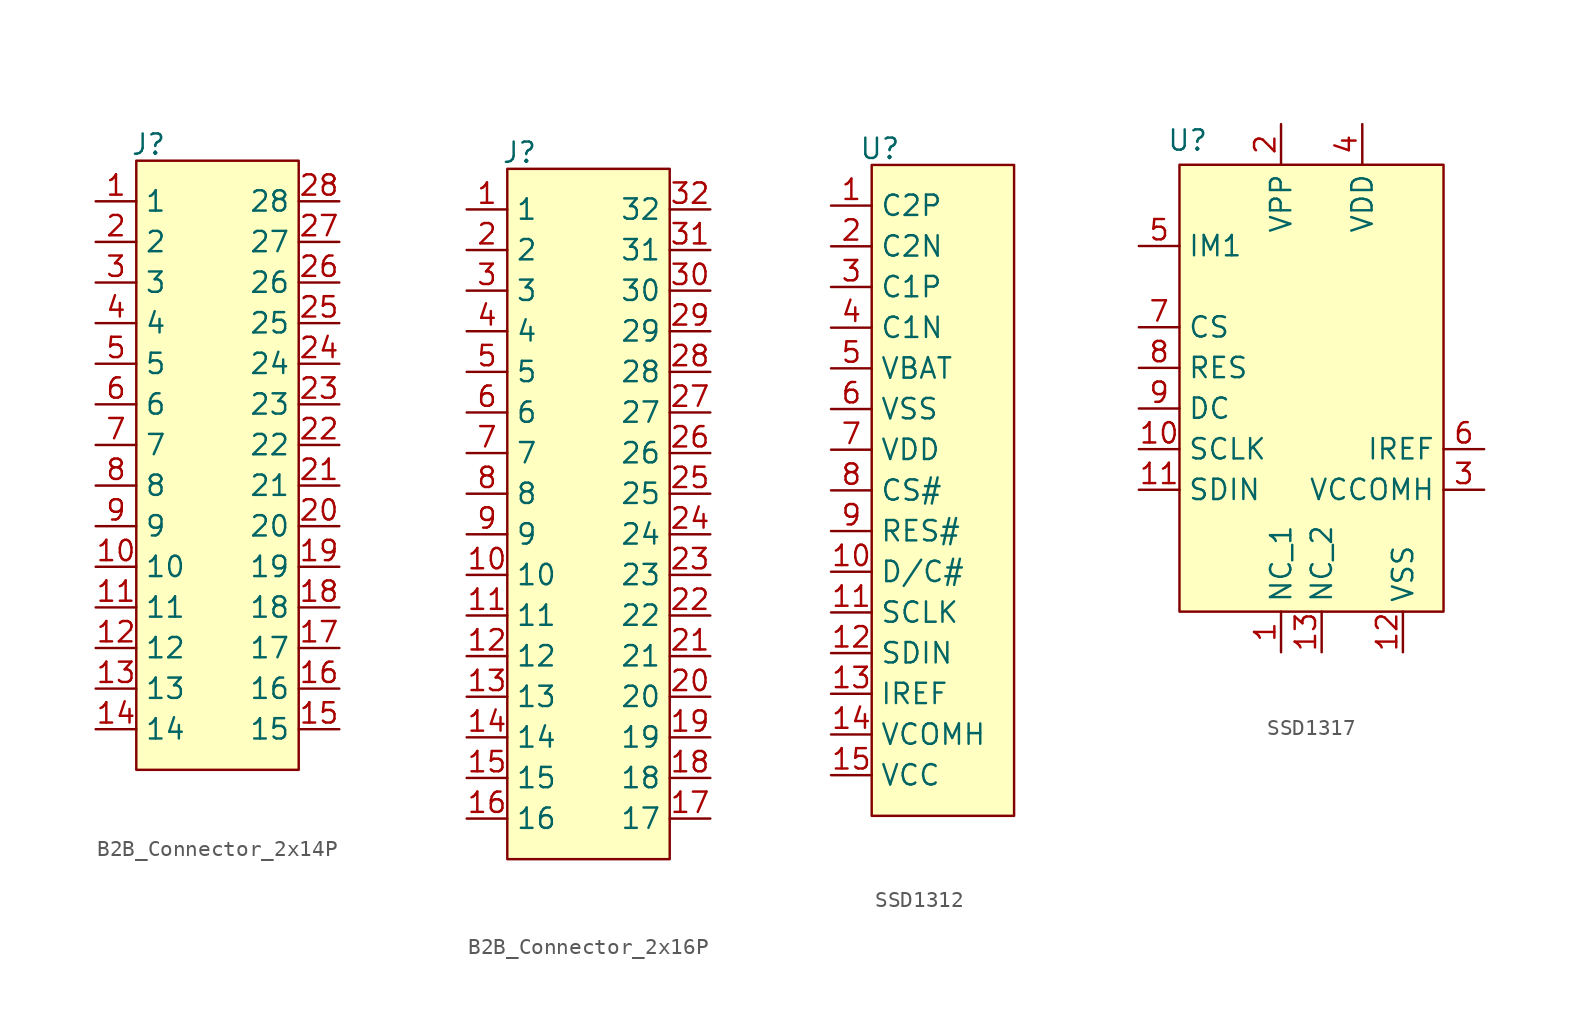
<source format=kicad_sym>
(kicad_symbol_lib
  (version 20231120)
  (generator "kicad_symbol_editor")
  (generator_version "8.0")
  (symbol "B2B_Connector_2x14P"
    (property "Reference" "J"
      (at 0.762 1.016 0)
      (effects (font (size 1.27 1.27))))
    (property "Value" ""
      (at 0 0 0)
      (effects (font (size 1.27 1.27))))
    (symbol "B2B_Connector_2x14P_0_1"
      (rectangle (start 0 0) (end 10.16 -38.1) (stroke (width 0) (type default)) (fill (type background))))
    (symbol "B2B_Connector_2x14P_1_1"
      (pin passive line (at -2.54 -2.54 0) (length 2.54) (name "1" (effects (font (size 1.27 1.27)))) (number "1" (effects (font (size 1.27 1.27)))))
      (pin passive line (at -2.54 -25.4 0) (length 2.54) (name "10" (effects (font (size 1.27 1.27)))) (number "10" (effects (font (size 1.27 1.27)))))
      (pin passive line (at -2.54 -27.94 0) (length 2.54) (name "11" (effects (font (size 1.27 1.27)))) (number "11" (effects (font (size 1.27 1.27)))))
      (pin passive line (at -2.54 -30.48 0) (length 2.54) (name "12" (effects (font (size 1.27 1.27)))) (number "12" (effects (font (size 1.27 1.27)))))
      (pin passive line (at -2.54 -33.02 0) (length 2.54) (name "13" (effects (font (size 1.27 1.27)))) (number "13" (effects (font (size 1.27 1.27)))))
      (pin passive line (at -2.54 -35.56 0) (length 2.54) (name "14" (effects (font (size 1.27 1.27)))) (number "14" (effects (font (size 1.27 1.27)))))
      (pin passive line (at 12.7 -35.56 180) (length 2.54) (name "15" (effects (font (size 1.27 1.27)))) (number "15" (effects (font (size 1.27 1.27)))))
      (pin passive line (at 12.7 -33.02 180) (length 2.54) (name "16" (effects (font (size 1.27 1.27)))) (number "16" (effects (font (size 1.27 1.27)))))
      (pin passive line (at 12.7 -30.48 180) (length 2.54) (name "17" (effects (font (size 1.27 1.27)))) (number "17" (effects (font (size 1.27 1.27)))))
      (pin passive line (at 12.7 -27.94 180) (length 2.54) (name "18" (effects (font (size 1.27 1.27)))) (number "18" (effects (font (size 1.27 1.27)))))
      (pin passive line (at 12.7 -25.4 180) (length 2.54) (name "19" (effects (font (size 1.27 1.27)))) (number "19" (effects (font (size 1.27 1.27)))))
      (pin passive line (at -2.54 -5.08 0) (length 2.54) (name "2" (effects (font (size 1.27 1.27)))) (number "2" (effects (font (size 1.27 1.27)))))
      (pin passive line (at 12.7 -22.86 180) (length 2.54) (name "20" (effects (font (size 1.27 1.27)))) (number "20" (effects (font (size 1.27 1.27)))))
      (pin passive line (at 12.7 -20.32 180) (length 2.54) (name "21" (effects (font (size 1.27 1.27)))) (number "21" (effects (font (size 1.27 1.27)))))
      (pin passive line (at 12.7 -17.78 180) (length 2.54) (name "22" (effects (font (size 1.27 1.27)))) (number "22" (effects (font (size 1.27 1.27)))))
      (pin passive line (at 12.7 -15.24 180) (length 2.54) (name "23" (effects (font (size 1.27 1.27)))) (number "23" (effects (font (size 1.27 1.27)))))
      (pin passive line (at 12.7 -12.7 180) (length 2.54) (name "24" (effects (font (size 1.27 1.27)))) (number "24" (effects (font (size 1.27 1.27)))))
      (pin passive line (at 12.7 -10.16 180) (length 2.54) (name "25" (effects (font (size 1.27 1.27)))) (number "25" (effects (font (size 1.27 1.27)))))
      (pin passive line (at 12.7 -7.62 180) (length 2.54) (name "26" (effects (font (size 1.27 1.27)))) (number "26" (effects (font (size 1.27 1.27)))))
      (pin passive line (at 12.7 -5.08 180) (length 2.54) (name "27" (effects (font (size 1.27 1.27)))) (number "27" (effects (font (size 1.27 1.27)))))
      (pin passive line (at 12.7 -2.54 180) (length 2.54) (name "28" (effects (font (size 1.27 1.27)))) (number "28" (effects (font (size 1.27 1.27)))))
      (pin passive line (at -2.54 -7.62 0) (length 2.54) (name "3" (effects (font (size 1.27 1.27)))) (number "3" (effects (font (size 1.27 1.27)))))
      (pin passive line (at -2.54 -10.16 0) (length 2.54) (name "4" (effects (font (size 1.27 1.27)))) (number "4" (effects (font (size 1.27 1.27)))))
      (pin passive line (at -2.54 -12.7 0) (length 2.54) (name "5" (effects (font (size 1.27 1.27)))) (number "5" (effects (font (size 1.27 1.27)))))
      (pin passive line (at -2.54 -15.24 0) (length 2.54) (name "6" (effects (font (size 1.27 1.27)))) (number "6" (effects (font (size 1.27 1.27)))))
      (pin passive line (at -2.54 -17.78 0) (length 2.54) (name "7" (effects (font (size 1.27 1.27)))) (number "7" (effects (font (size 1.27 1.27)))))
      (pin passive line (at -2.54 -20.32 0) (length 2.54) (name "8" (effects (font (size 1.27 1.27)))) (number "8" (effects (font (size 1.27 1.27)))))
      (pin passive line (at -2.54 -22.86 0) (length 2.54) (name "9" (effects (font (size 1.27 1.27)))) (number "9" (effects (font (size 1.27 1.27)))))))
  (symbol "B2B_Connector_2x16P"
    (property "Reference" "J"
      (at 0.762 1.016 0)
      (effects (font (size 1.27 1.27))))
    (property "Value" ""
      (at 0 0 0)
      (effects (font (size 1.27 1.27))))
    (symbol "B2B_Connector_2x16P_0_1"
      (rectangle (start 0 0) (end 10.16 -43.18) (stroke (width 0) (type default)) (fill (type background))))
    (symbol "B2B_Connector_2x16P_1_1"
      (pin passive line (at -2.54 -2.54 0) (length 2.54) (name "1" (effects (font (size 1.27 1.27)))) (number "1" (effects (font (size 1.27 1.27)))))
      (pin passive line (at -2.54 -25.4 0) (length 2.54) (name "10" (effects (font (size 1.27 1.27)))) (number "10" (effects (font (size 1.27 1.27)))))
      (pin passive line (at -2.54 -27.94 0) (length 2.54) (name "11" (effects (font (size 1.27 1.27)))) (number "11" (effects (font (size 1.27 1.27)))))
      (pin passive line (at -2.54 -30.48 0) (length 2.54) (name "12" (effects (font (size 1.27 1.27)))) (number "12" (effects (font (size 1.27 1.27)))))
      (pin passive line (at -2.54 -33.02 0) (length 2.54) (name "13" (effects (font (size 1.27 1.27)))) (number "13" (effects (font (size 1.27 1.27)))))
      (pin passive line (at -2.54 -35.56 0) (length 2.54) (name "14" (effects (font (size 1.27 1.27)))) (number "14" (effects (font (size 1.27 1.27)))))
      (pin passive line (at -2.54 -38.1 0) (length 2.54) (name "15" (effects (font (size 1.27 1.27)))) (number "15" (effects (font (size 1.27 1.27)))))
      (pin passive line (at -2.54 -40.64 0) (length 2.54) (name "16" (effects (font (size 1.27 1.27)))) (number "16" (effects (font (size 1.27 1.27)))))
      (pin passive line (at 12.7 -40.64 180) (length 2.54) (name "17" (effects (font (size 1.27 1.27)))) (number "17" (effects (font (size 1.27 1.27)))))
      (pin passive line (at 12.7 -38.1 180) (length 2.54) (name "18" (effects (font (size 1.27 1.27)))) (number "18" (effects (font (size 1.27 1.27)))))
      (pin passive line (at 12.7 -35.56 180) (length 2.54) (name "19" (effects (font (size 1.27 1.27)))) (number "19" (effects (font (size 1.27 1.27)))))
      (pin passive line (at -2.54 -5.08 0) (length 2.54) (name "2" (effects (font (size 1.27 1.27)))) (number "2" (effects (font (size 1.27 1.27)))))
      (pin passive line (at 12.7 -33.02 180) (length 2.54) (name "20" (effects (font (size 1.27 1.27)))) (number "20" (effects (font (size 1.27 1.27)))))
      (pin passive line (at 12.7 -30.48 180) (length 2.54) (name "21" (effects (font (size 1.27 1.27)))) (number "21" (effects (font (size 1.27 1.27)))))
      (pin passive line (at 12.7 -27.94 180) (length 2.54) (name "22" (effects (font (size 1.27 1.27)))) (number "22" (effects (font (size 1.27 1.27)))))
      (pin passive line (at 12.7 -25.4 180) (length 2.54) (name "23" (effects (font (size 1.27 1.27)))) (number "23" (effects (font (size 1.27 1.27)))))
      (pin passive line (at 12.7 -22.86 180) (length 2.54) (name "24" (effects (font (size 1.27 1.27)))) (number "24" (effects (font (size 1.27 1.27)))))
      (pin passive line (at 12.7 -20.32 180) (length 2.54) (name "25" (effects (font (size 1.27 1.27)))) (number "25" (effects (font (size 1.27 1.27)))))
      (pin passive line (at 12.7 -17.78 180) (length 2.54) (name "26" (effects (font (size 1.27 1.27)))) (number "26" (effects (font (size 1.27 1.27)))))
      (pin passive line (at 12.7 -15.24 180) (length 2.54) (name "27" (effects (font (size 1.27 1.27)))) (number "27" (effects (font (size 1.27 1.27)))))
      (pin passive line (at 12.7 -12.7 180) (length 2.54) (name "28" (effects (font (size 1.27 1.27)))) (number "28" (effects (font (size 1.27 1.27)))))
      (pin passive line (at 12.7 -10.16 180) (length 2.54) (name "29" (effects (font (size 1.27 1.27)))) (number "29" (effects (font (size 1.27 1.27)))))
      (pin passive line (at -2.54 -7.62 0) (length 2.54) (name "3" (effects (font (size 1.27 1.27)))) (number "3" (effects (font (size 1.27 1.27)))))
      (pin passive line (at 12.7 -7.62 180) (length 2.54) (name "30" (effects (font (size 1.27 1.27)))) (number "30" (effects (font (size 1.27 1.27)))))
      (pin passive line (at 12.7 -5.08 180) (length 2.54) (name "31" (effects (font (size 1.27 1.27)))) (number "31" (effects (font (size 1.27 1.27)))))
      (pin passive line (at 12.7 -2.54 180) (length 2.54) (name "32" (effects (font (size 1.27 1.27)))) (number "32" (effects (font (size 1.27 1.27)))))
      (pin passive line (at -2.54 -10.16 0) (length 2.54) (name "4" (effects (font (size 1.27 1.27)))) (number "4" (effects (font (size 1.27 1.27)))))
      (pin passive line (at -2.54 -12.7 0) (length 2.54) (name "5" (effects (font (size 1.27 1.27)))) (number "5" (effects (font (size 1.27 1.27)))))
      (pin passive line (at -2.54 -15.24 0) (length 2.54) (name "6" (effects (font (size 1.27 1.27)))) (number "6" (effects (font (size 1.27 1.27)))))
      (pin passive line (at -2.54 -17.78 0) (length 2.54) (name "7" (effects (font (size 1.27 1.27)))) (number "7" (effects (font (size 1.27 1.27)))))
      (pin passive line (at -2.54 -20.32 0) (length 2.54) (name "8" (effects (font (size 1.27 1.27)))) (number "8" (effects (font (size 1.27 1.27)))))
      (pin passive line (at -2.54 -22.86 0) (length 2.54) (name "9" (effects (font (size 1.27 1.27)))) (number "9" (effects (font (size 1.27 1.27)))))))
  (symbol "SSD1312"
    (property "Reference" "U"
      (at 0.508 1.016 0)
      (effects (font (size 1.27 1.27))))
    (property "Value" ""
      (at 0 0 0)
      (effects (font (size 1.27 1.27))))
    (symbol "SSD1312_0_1"
      (rectangle (start 0 0) (end 8.89 -40.64) (stroke (width 0) (type default)) (fill (type background))))
    (symbol "SSD1312_1_1"
      (pin unspecified line (at -2.54 -2.54 0) (length 2.54) (name "C2P" (effects (font (size 1.27 1.27)))) (number "1" (effects (font (size 1.27 1.27)))))
      (pin unspecified line (at -2.54 -25.4 0) (length 2.54) (name "D/C#" (effects (font (size 1.27 1.27)))) (number "10" (effects (font (size 1.27 1.27)))))
      (pin unspecified line (at -2.54 -27.94 0) (length 2.54) (name "SCLK" (effects (font (size 1.27 1.27)))) (number "11" (effects (font (size 1.27 1.27)))))
      (pin unspecified line (at -2.54 -30.48 0) (length 2.54) (name "SDIN" (effects (font (size 1.27 1.27)))) (number "12" (effects (font (size 1.27 1.27)))))
      (pin unspecified line (at -2.54 -33.02 0) (length 2.54) (name "IREF" (effects (font (size 1.27 1.27)))) (number "13" (effects (font (size 1.27 1.27)))))
      (pin unspecified line (at -2.54 -35.56 0) (length 2.54) (name "VCOMH" (effects (font (size 1.27 1.27)))) (number "14" (effects (font (size 1.27 1.27)))))
      (pin unspecified line (at -2.54 -38.1 0) (length 2.54) (name "VCC" (effects (font (size 1.27 1.27)))) (number "15" (effects (font (size 1.27 1.27)))))
      (pin unspecified line (at -2.54 -5.08 0) (length 2.54) (name "C2N" (effects (font (size 1.27 1.27)))) (number "2" (effects (font (size 1.27 1.27)))))
      (pin unspecified line (at -2.54 -7.62 0) (length 2.54) (name "C1P" (effects (font (size 1.27 1.27)))) (number "3" (effects (font (size 1.27 1.27)))))
      (pin unspecified line (at -2.54 -10.16 0) (length 2.54) (name "C1N" (effects (font (size 1.27 1.27)))) (number "4" (effects (font (size 1.27 1.27)))))
      (pin unspecified line (at -2.54 -12.7 0) (length 2.54) (name "VBAT" (effects (font (size 1.27 1.27)))) (number "5" (effects (font (size 1.27 1.27)))))
      (pin unspecified line (at -2.54 -15.24 0) (length 2.54) (name "VSS" (effects (font (size 1.27 1.27)))) (number "6" (effects (font (size 1.27 1.27)))))
      (pin unspecified line (at -2.54 -17.78 0) (length 2.54) (name "VDD" (effects (font (size 1.27 1.27)))) (number "7" (effects (font (size 1.27 1.27)))))
      (pin unspecified line (at -2.54 -20.32 0) (length 2.54) (name "CS#" (effects (font (size 1.27 1.27)))) (number "8" (effects (font (size 1.27 1.27)))))
      (pin unspecified line (at -2.54 -22.86 0) (length 2.54) (name "RES#" (effects (font (size 1.27 1.27)))) (number "9" (effects (font (size 1.27 1.27)))))))
  (symbol "SSD1317"
    (property "Reference" "U"
      (at 0.508 1.524 0)
      (effects (font (size 1.27 1.27))))
    (property "Value" ""
      (at 3.81 0 0)
      (effects (font (size 1.27 1.27))))
    (symbol "SSD1317_0_1"
      (rectangle (start 0 0) (end 16.51 -27.94) (stroke (width 0) (type default)) (fill (type background))))
    (symbol "SSD1317_1_1"
      (pin unspecified line (at 6.35 -30.48 90) (length 2.54) (name "NC_1" (effects (font (size 1.27 1.27)))) (number "1" (effects (font (size 1.27 1.27)))))
      (pin unspecified line (at -2.54 -17.78 0) (length 2.54) (name "SCLK" (effects (font (size 1.27 1.27)))) (number "10" (effects (font (size 1.27 1.27)))))
      (pin unspecified line (at -2.54 -20.32 0) (length 2.54) (name "SDIN" (effects (font (size 1.27 1.27)))) (number "11" (effects (font (size 1.27 1.27)))))
      (pin unspecified line (at 13.97 -30.48 90) (length 2.54) (name "VSS" (effects (font (size 1.27 1.27)))) (number "12" (effects (font (size 1.27 1.27)))))
      (pin unspecified line (at 8.89 -30.48 90) (length 2.54) (name "NC_2" (effects (font (size 1.27 1.27)))) (number "13" (effects (font (size 1.27 1.27)))))
      (pin unspecified line (at 6.35 2.54 270) (length 2.54) (name "VPP" (effects (font (size 1.27 1.27)))) (number "2" (effects (font (size 1.27 1.27)))))
      (pin unspecified line (at 19.05 -20.32 180) (length 2.54) (name "VCCOMH" (effects (font (size 1.27 1.27)))) (number "3" (effects (font (size 1.27 1.27)))))
      (pin unspecified line (at 11.43 2.54 270) (length 2.54) (name "VDD" (effects (font (size 1.27 1.27)))) (number "4" (effects (font (size 1.27 1.27)))))
      (pin unspecified line (at -2.54 -5.08 0) (length 2.54) (name "IM1" (effects (font (size 1.27 1.27)))) (number "5" (effects (font (size 1.27 1.27)))))
      (pin unspecified line (at 19.05 -17.78 180) (length 2.54) (name "IREF" (effects (font (size 1.27 1.27)))) (number "6" (effects (font (size 1.27 1.27)))))
      (pin unspecified line (at -2.54 -10.16 0) (length 2.54) (name "CS" (effects (font (size 1.27 1.27)))) (number "7" (effects (font (size 1.27 1.27)))))
      (pin unspecified line (at -2.54 -12.7 0) (length 2.54) (name "RES" (effects (font (size 1.27 1.27)))) (number "8" (effects (font (size 1.27 1.27)))))
      (pin unspecified line (at -2.54 -15.24 0) (length 2.54) (name "DC" (effects (font (size 1.27 1.27)))) (number "9" (effects (font (size 1.27 1.27))))))))
</source>
